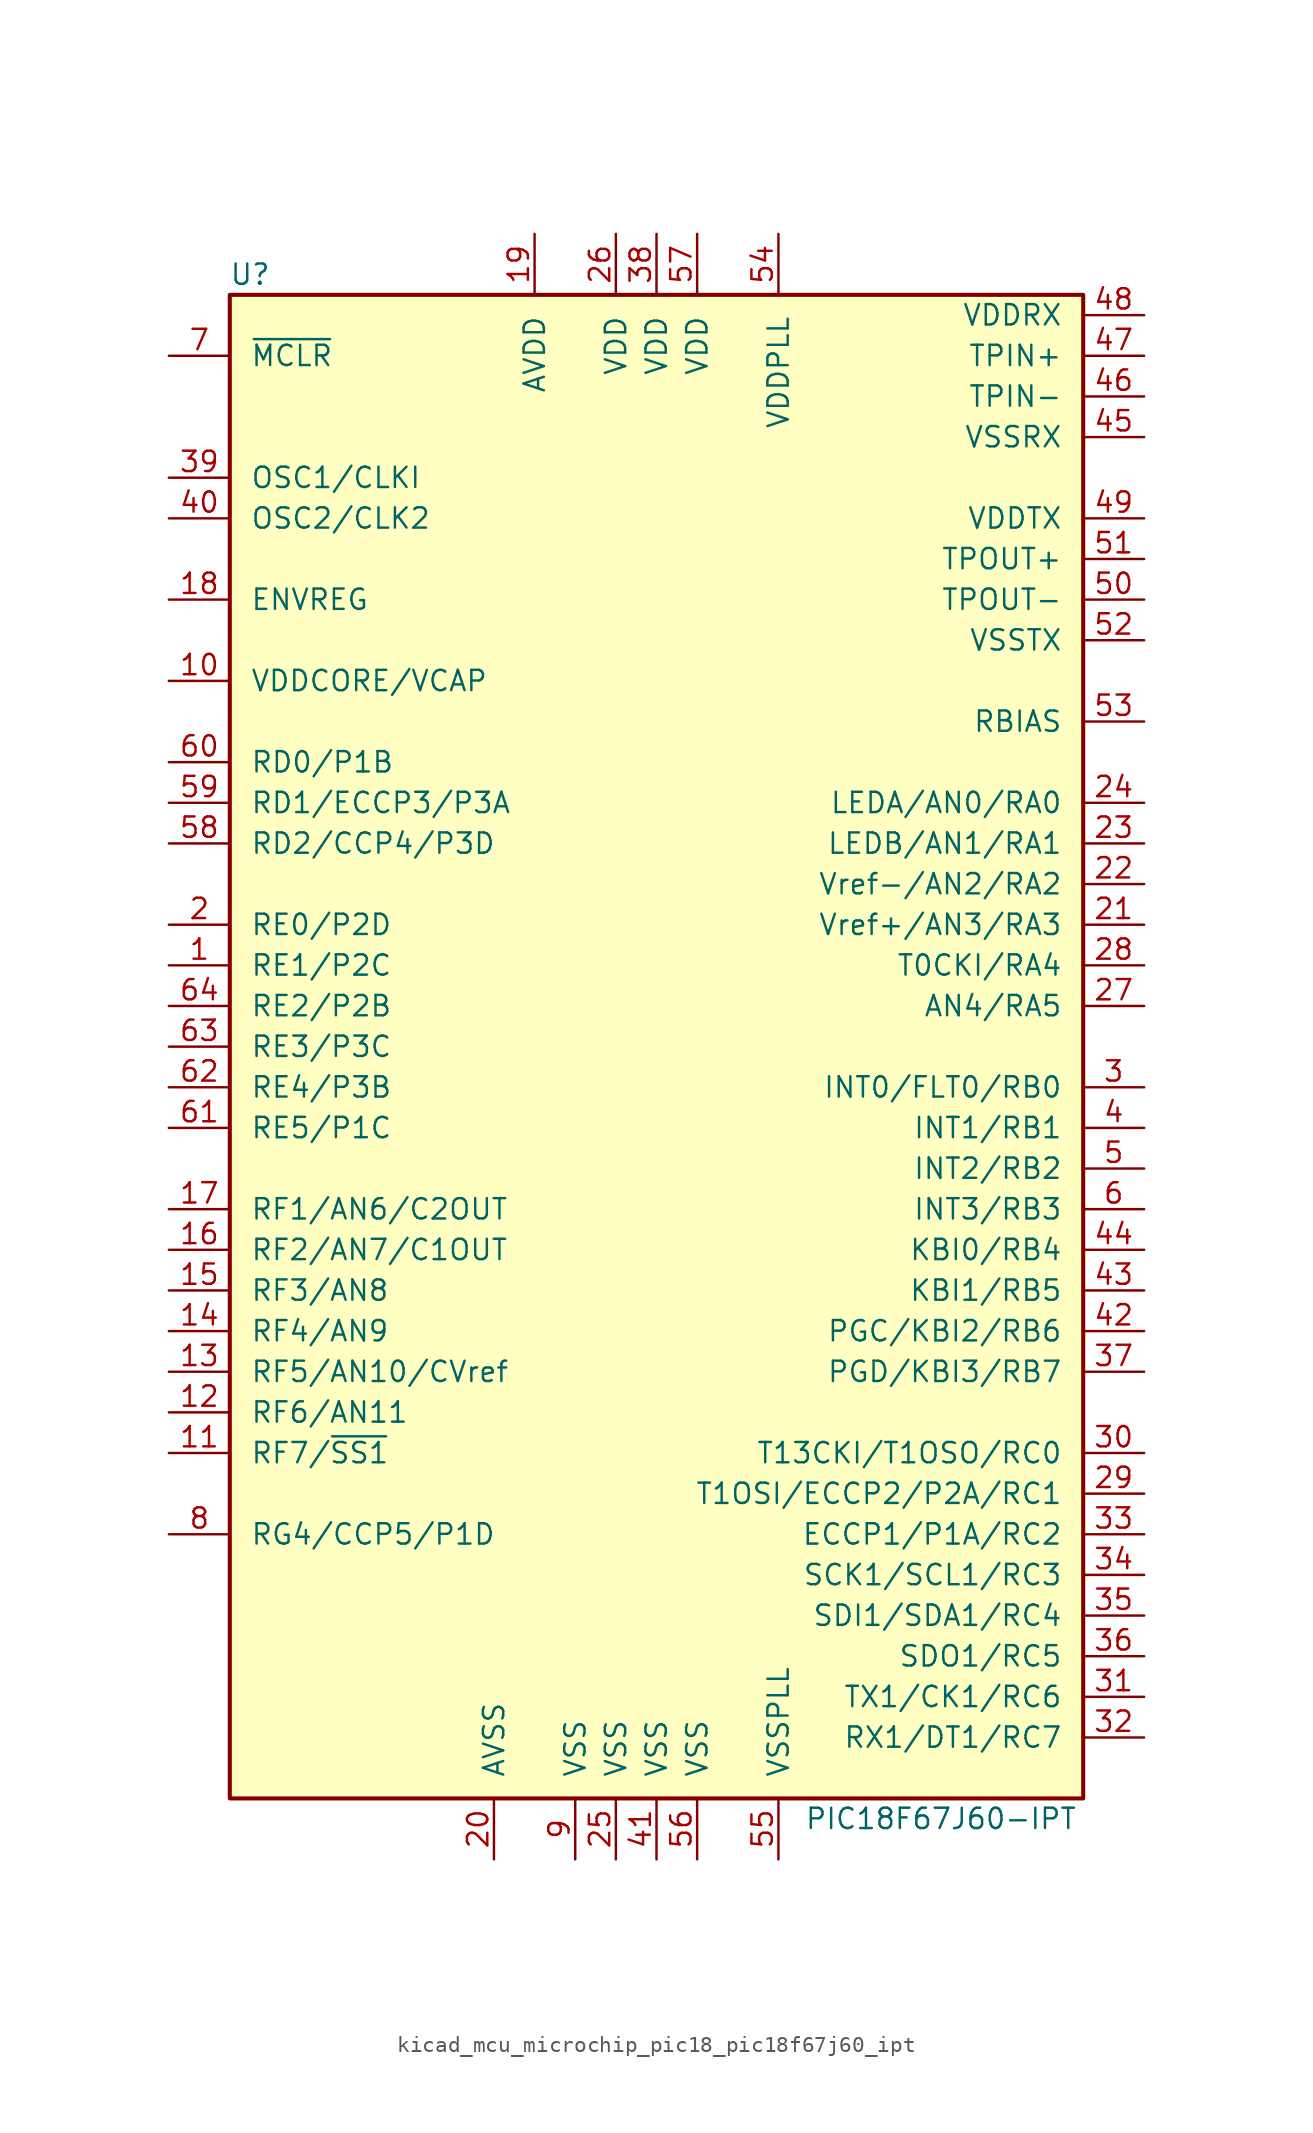
<source format=kicad_sym>
(kicad_symbol_lib
  (version 20220914)
  (generator kicad_symbol_editor)
  (symbol "kicad_mcu_microchip_pic18_pic18f67j60_ipt"
    (pin_names
      (offset 1.27))
    (property "Reference" "U"
      (at -25.4 48.26 0)
      (effects (font (size 1.27 1.27))))
    (property "Value" "PIC18F67J60-IPT"
      (at 17.78 -48.26 0)
      (effects (font (size 1.27 1.27))))
    (symbol "kicad_mcu_microchip_pic18_pic18f67j60_ipt_0_1"
      (rectangle (start -26.67 46.99) (end 26.67 -46.99) (stroke (width 0.254) (type default)) (fill (type background))))
    (symbol "kicad_mcu_microchip_pic18_pic18f67j60_ipt_1_1"
      (pin bidirectional line (at -30.48 5.08 0) (length 3.81) (name "RE1/P2C" (effects (font (size 1.27 1.27)))) (number "1" (effects (font (size 1.27 1.27)))))
      (pin passive line (at -30.48 22.86 0) (length 3.81) (name "VDDCORE/VCAP" (effects (font (size 1.27 1.27)))) (number "10" (effects (font (size 1.27 1.27)))))
      (pin bidirectional line (at -30.48 -25.4 0) (length 3.81) (name "RF7/~{SS1}" (effects (font (size 1.27 1.27)))) (number "11" (effects (font (size 1.27 1.27)))))
      (pin bidirectional line (at -30.48 -22.86 0) (length 3.81) (name "RF6/AN11" (effects (font (size 1.27 1.27)))) (number "12" (effects (font (size 1.27 1.27)))))
      (pin bidirectional line (at -30.48 -20.32 0) (length 3.81) (name "RF5/AN10/CVref" (effects (font (size 1.27 1.27)))) (number "13" (effects (font (size 1.27 1.27)))))
      (pin bidirectional line (at -30.48 -17.78 0) (length 3.81) (name "RF4/AN9" (effects (font (size 1.27 1.27)))) (number "14" (effects (font (size 1.27 1.27)))))
      (pin bidirectional line (at -30.48 -15.24 0) (length 3.81) (name "RF3/AN8" (effects (font (size 1.27 1.27)))) (number "15" (effects (font (size 1.27 1.27)))))
      (pin bidirectional line (at -30.48 -12.7 0) (length 3.81) (name "RF2/AN7/C1OUT" (effects (font (size 1.27 1.27)))) (number "16" (effects (font (size 1.27 1.27)))))
      (pin bidirectional line (at -30.48 -10.16 0) (length 3.81) (name "RF1/AN6/C2OUT" (effects (font (size 1.27 1.27)))) (number "17" (effects (font (size 1.27 1.27)))))
      (pin passive line (at -30.48 27.94 0) (length 3.81) (name "ENVREG" (effects (font (size 1.27 1.27)))) (number "18" (effects (font (size 1.27 1.27)))))
      (pin power_in line (at -7.62 50.8 270) (length 3.81) (name "AVDD" (effects (font (size 1.27 1.27)))) (number "19" (effects (font (size 1.27 1.27)))))
      (pin bidirectional line (at -30.48 7.62 0) (length 3.81) (name "RE0/P2D" (effects (font (size 1.27 1.27)))) (number "2" (effects (font (size 1.27 1.27)))))
      (pin power_in line (at -10.16 -50.8 90) (length 3.81) (name "AVSS" (effects (font (size 1.27 1.27)))) (number "20" (effects (font (size 1.27 1.27)))))
      (pin bidirectional line (at 30.48 7.62 180) (length 3.81) (name "Vref+/AN3/RA3" (effects (font (size 1.27 1.27)))) (number "21" (effects (font (size 1.27 1.27)))))
      (pin bidirectional line (at 30.48 10.16 180) (length 3.81) (name "Vref-/AN2/RA2" (effects (font (size 1.27 1.27)))) (number "22" (effects (font (size 1.27 1.27)))))
      (pin bidirectional line (at 30.48 12.7 180) (length 3.81) (name "LEDB/AN1/RA1" (effects (font (size 1.27 1.27)))) (number "23" (effects (font (size 1.27 1.27)))))
      (pin bidirectional line (at 30.48 15.24 180) (length 3.81) (name "LEDA/AN0/RA0" (effects (font (size 1.27 1.27)))) (number "24" (effects (font (size 1.27 1.27)))))
      (pin power_in line (at -2.54 -50.8 90) (length 3.81) (name "VSS" (effects (font (size 1.27 1.27)))) (number "25" (effects (font (size 1.27 1.27)))))
      (pin power_in line (at -2.54 50.8 270) (length 3.81) (name "VDD" (effects (font (size 1.27 1.27)))) (number "26" (effects (font (size 1.27 1.27)))))
      (pin bidirectional line (at 30.48 2.54 180) (length 3.81) (name "AN4/RA5" (effects (font (size 1.27 1.27)))) (number "27" (effects (font (size 1.27 1.27)))))
      (pin bidirectional line (at 30.48 5.08 180) (length 3.81) (name "T0CKI/RA4" (effects (font (size 1.27 1.27)))) (number "28" (effects (font (size 1.27 1.27)))))
      (pin bidirectional line (at 30.48 -27.94 180) (length 3.81) (name "T1OSI/ECCP2/P2A/RC1" (effects (font (size 1.27 1.27)))) (number "29" (effects (font (size 1.27 1.27)))))
      (pin bidirectional line (at 30.48 -2.54 180) (length 3.81) (name "INT0/FLT0/RB0" (effects (font (size 1.27 1.27)))) (number "3" (effects (font (size 1.27 1.27)))))
      (pin bidirectional line (at 30.48 -25.4 180) (length 3.81) (name "T13CKI/T1OSO/RC0" (effects (font (size 1.27 1.27)))) (number "30" (effects (font (size 1.27 1.27)))))
      (pin bidirectional line (at 30.48 -40.64 180) (length 3.81) (name "TX1/CK1/RC6" (effects (font (size 1.27 1.27)))) (number "31" (effects (font (size 1.27 1.27)))))
      (pin bidirectional line (at 30.48 -43.18 180) (length 3.81) (name "RX1/DT1/RC7" (effects (font (size 1.27 1.27)))) (number "32" (effects (font (size 1.27 1.27)))))
      (pin bidirectional line (at 30.48 -30.48 180) (length 3.81) (name "ECCP1/P1A/RC2" (effects (font (size 1.27 1.27)))) (number "33" (effects (font (size 1.27 1.27)))))
      (pin bidirectional line (at 30.48 -33.02 180) (length 3.81) (name "SCK1/SCL1/RC3" (effects (font (size 1.27 1.27)))) (number "34" (effects (font (size 1.27 1.27)))))
      (pin bidirectional line (at 30.48 -35.56 180) (length 3.81) (name "SDI1/SDA1/RC4" (effects (font (size 1.27 1.27)))) (number "35" (effects (font (size 1.27 1.27)))))
      (pin bidirectional line (at 30.48 -38.1 180) (length 3.81) (name "SDO1/RC5" (effects (font (size 1.27 1.27)))) (number "36" (effects (font (size 1.27 1.27)))))
      (pin bidirectional line (at 30.48 -20.32 180) (length 3.81) (name "PGD/KBI3/RB7" (effects (font (size 1.27 1.27)))) (number "37" (effects (font (size 1.27 1.27)))))
      (pin power_in line (at 0 50.8 270) (length 3.81) (name "VDD" (effects (font (size 1.27 1.27)))) (number "38" (effects (font (size 1.27 1.27)))))
      (pin input line (at -30.48 35.56 0) (length 3.81) (name "OSC1/CLKI" (effects (font (size 1.27 1.27)))) (number "39" (effects (font (size 1.27 1.27)))))
      (pin bidirectional line (at 30.48 -5.08 180) (length 3.81) (name "INT1/RB1" (effects (font (size 1.27 1.27)))) (number "4" (effects (font (size 1.27 1.27)))))
      (pin output line (at -30.48 33.02 0) (length 3.81) (name "OSC2/CLK2" (effects (font (size 1.27 1.27)))) (number "40" (effects (font (size 1.27 1.27)))))
      (pin power_in line (at 0 -50.8 90) (length 3.81) (name "VSS" (effects (font (size 1.27 1.27)))) (number "41" (effects (font (size 1.27 1.27)))))
      (pin bidirectional line (at 30.48 -17.78 180) (length 3.81) (name "PGC/KBI2/RB6" (effects (font (size 1.27 1.27)))) (number "42" (effects (font (size 1.27 1.27)))))
      (pin bidirectional line (at 30.48 -15.24 180) (length 3.81) (name "KBI1/RB5" (effects (font (size 1.27 1.27)))) (number "43" (effects (font (size 1.27 1.27)))))
      (pin bidirectional line (at 30.48 -12.7 180) (length 3.81) (name "KBI0/RB4" (effects (font (size 1.27 1.27)))) (number "44" (effects (font (size 1.27 1.27)))))
      (pin power_in line (at 30.48 38.1 180) (length 3.81) (name "VSSRX" (effects (font (size 1.27 1.27)))) (number "45" (effects (font (size 1.27 1.27)))))
      (pin passive line (at 30.48 40.64 180) (length 3.81) (name "TPIN-" (effects (font (size 1.27 1.27)))) (number "46" (effects (font (size 1.27 1.27)))))
      (pin passive line (at 30.48 43.18 180) (length 3.81) (name "TPIN+" (effects (font (size 1.27 1.27)))) (number "47" (effects (font (size 1.27 1.27)))))
      (pin power_in line (at 30.48 45.72 180) (length 3.81) (name "VDDRX" (effects (font (size 1.27 1.27)))) (number "48" (effects (font (size 1.27 1.27)))))
      (pin power_in line (at 30.48 33.02 180) (length 3.81) (name "VDDTX" (effects (font (size 1.27 1.27)))) (number "49" (effects (font (size 1.27 1.27)))))
      (pin bidirectional line (at 30.48 -7.62 180) (length 3.81) (name "INT2/RB2" (effects (font (size 1.27 1.27)))) (number "5" (effects (font (size 1.27 1.27)))))
      (pin passive line (at 30.48 27.94 180) (length 3.81) (name "TPOUT-" (effects (font (size 1.27 1.27)))) (number "50" (effects (font (size 1.27 1.27)))))
      (pin passive line (at 30.48 30.48 180) (length 3.81) (name "TPOUT+" (effects (font (size 1.27 1.27)))) (number "51" (effects (font (size 1.27 1.27)))))
      (pin power_in line (at 30.48 25.4 180) (length 3.81) (name "VSSTX" (effects (font (size 1.27 1.27)))) (number "52" (effects (font (size 1.27 1.27)))))
      (pin passive line (at 30.48 20.32 180) (length 3.81) (name "RBIAS" (effects (font (size 1.27 1.27)))) (number "53" (effects (font (size 1.27 1.27)))))
      (pin power_in line (at 7.62 50.8 270) (length 3.81) (name "VDDPLL" (effects (font (size 1.27 1.27)))) (number "54" (effects (font (size 1.27 1.27)))))
      (pin power_in line (at 7.62 -50.8 90) (length 3.81) (name "VSSPLL" (effects (font (size 1.27 1.27)))) (number "55" (effects (font (size 1.27 1.27)))))
      (pin power_in line (at 2.54 -50.8 90) (length 3.81) (name "VSS" (effects (font (size 1.27 1.27)))) (number "56" (effects (font (size 1.27 1.27)))))
      (pin power_in line (at 2.54 50.8 270) (length 3.81) (name "VDD" (effects (font (size 1.27 1.27)))) (number "57" (effects (font (size 1.27 1.27)))))
      (pin bidirectional line (at -30.48 12.7 0) (length 3.81) (name "RD2/CCP4/P3D" (effects (font (size 1.27 1.27)))) (number "58" (effects (font (size 1.27 1.27)))))
      (pin bidirectional line (at -30.48 15.24 0) (length 3.81) (name "RD1/ECCP3/P3A" (effects (font (size 1.27 1.27)))) (number "59" (effects (font (size 1.27 1.27)))))
      (pin bidirectional line (at 30.48 -10.16 180) (length 3.81) (name "INT3/RB3" (effects (font (size 1.27 1.27)))) (number "6" (effects (font (size 1.27 1.27)))))
      (pin bidirectional line (at -30.48 17.78 0) (length 3.81) (name "RD0/P1B" (effects (font (size 1.27 1.27)))) (number "60" (effects (font (size 1.27 1.27)))))
      (pin bidirectional line (at -30.48 -5.08 0) (length 3.81) (name "RE5/P1C" (effects (font (size 1.27 1.27)))) (number "61" (effects (font (size 1.27 1.27)))))
      (pin bidirectional line (at -30.48 -2.54 0) (length 3.81) (name "RE4/P3B" (effects (font (size 1.27 1.27)))) (number "62" (effects (font (size 1.27 1.27)))))
      (pin bidirectional line (at -30.48 0 0) (length 3.81) (name "RE3/P3C" (effects (font (size 1.27 1.27)))) (number "63" (effects (font (size 1.27 1.27)))))
      (pin bidirectional line (at -30.48 2.54 0) (length 3.81) (name "RE2/P2B" (effects (font (size 1.27 1.27)))) (number "64" (effects (font (size 1.27 1.27)))))
      (pin input line (at -30.48 43.18 0) (length 3.81) (name "~{MCLR}" (effects (font (size 1.27 1.27)))) (number "7" (effects (font (size 1.27 1.27)))))
      (pin bidirectional line (at -30.48 -30.48 0) (length 3.81) (name "RG4/CCP5/P1D" (effects (font (size 1.27 1.27)))) (number "8" (effects (font (size 1.27 1.27)))))
      (pin power_in line (at -5.08 -50.8 90) (length 3.81) (name "VSS" (effects (font (size 1.27 1.27)))) (number "9" (effects (font (size 1.27 1.27))))))))
</source>
